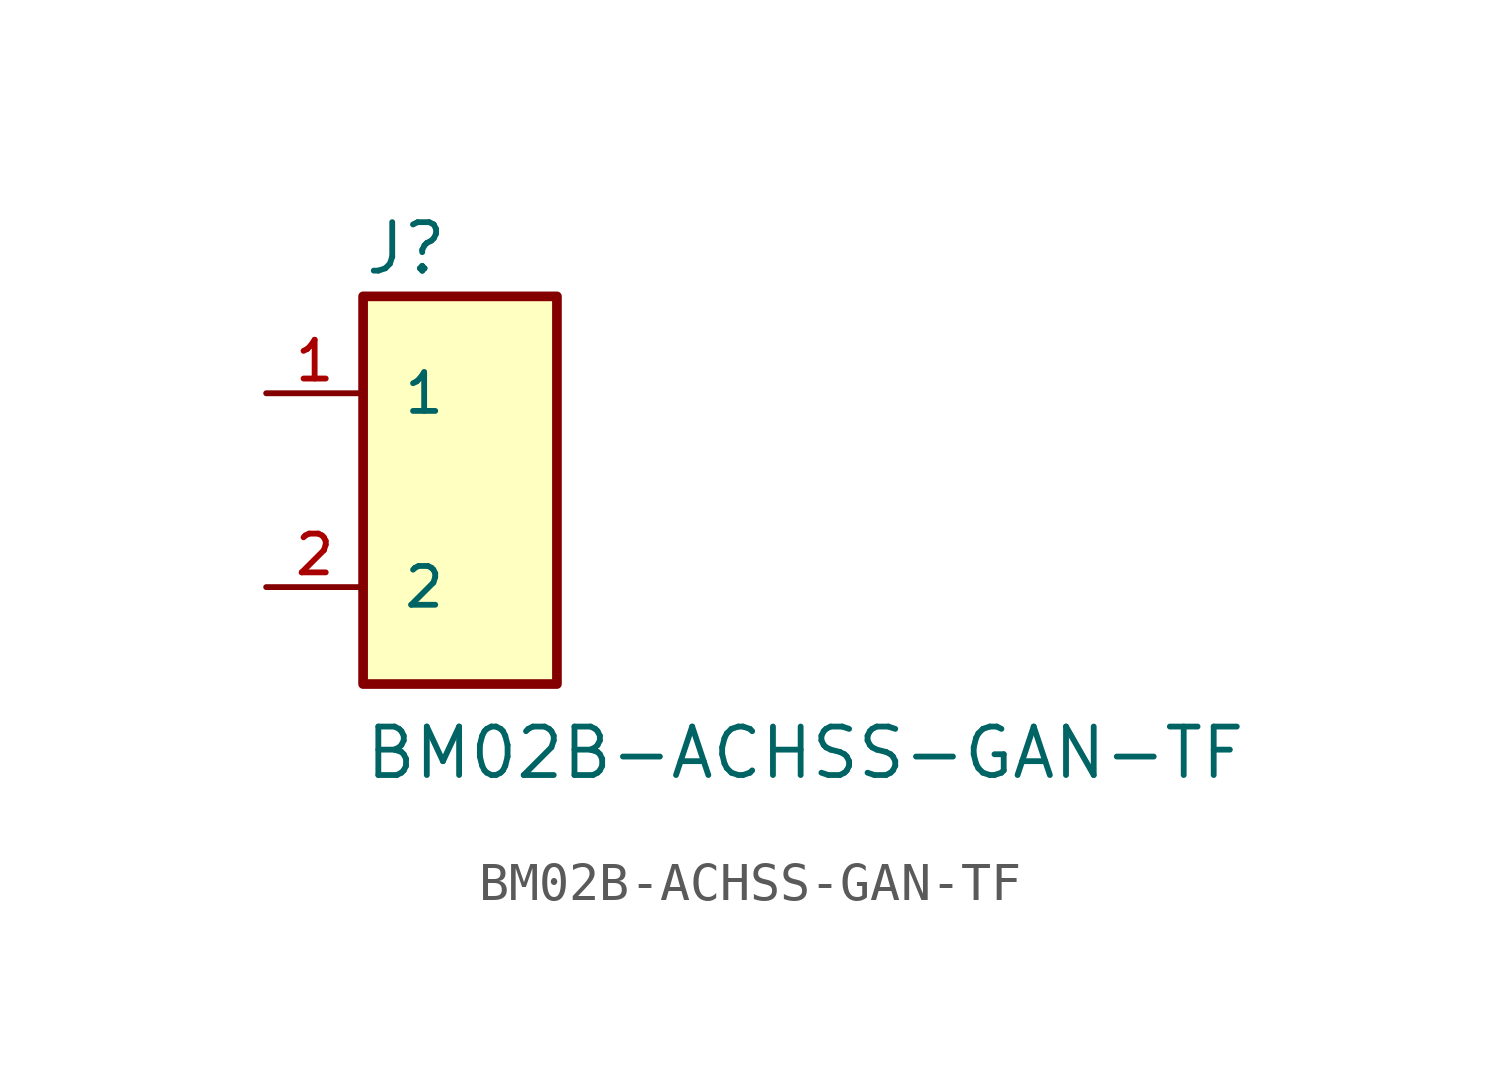
<source format=kicad_sym>
(kicad_symbol_lib
  (version 20211014)
  (generator kicad_symbol_editor)
  (symbol "BM02B-ACHSS-GAN-TF"
    (pin_names
      (offset 1.016))
    (property "Reference" "J"
      (at -2.542 5.591 0)
      (effects (font (size 1.27 1.27)) (justify bottom left)))
    (property "Value" "BM02B-ACHSS-GAN-TF"
      (at -2.543 -7.628 0)
      (effects (font (size 1.27 1.27)) (justify bottom left)))
    (symbol "BM02B-ACHSS-GAN-TF_0_0"
      (rectangle (start -2.54 -5.08) (end 2.54 5.08) (stroke (width 0.254)) (fill (type background)))
      (pin passive line (at -5.08 2.54 0) (length 2.54) (name "1" (effects (font (size 1.016 1.016)))) (number "1" (effects (font (size 1.016 1.016)))))
      (pin passive line (at -5.08 -2.54 0) (length 2.54) (name "2" (effects (font (size 1.016 1.016)))) (number "2" (effects (font (size 1.016 1.016))))))))
</source>
